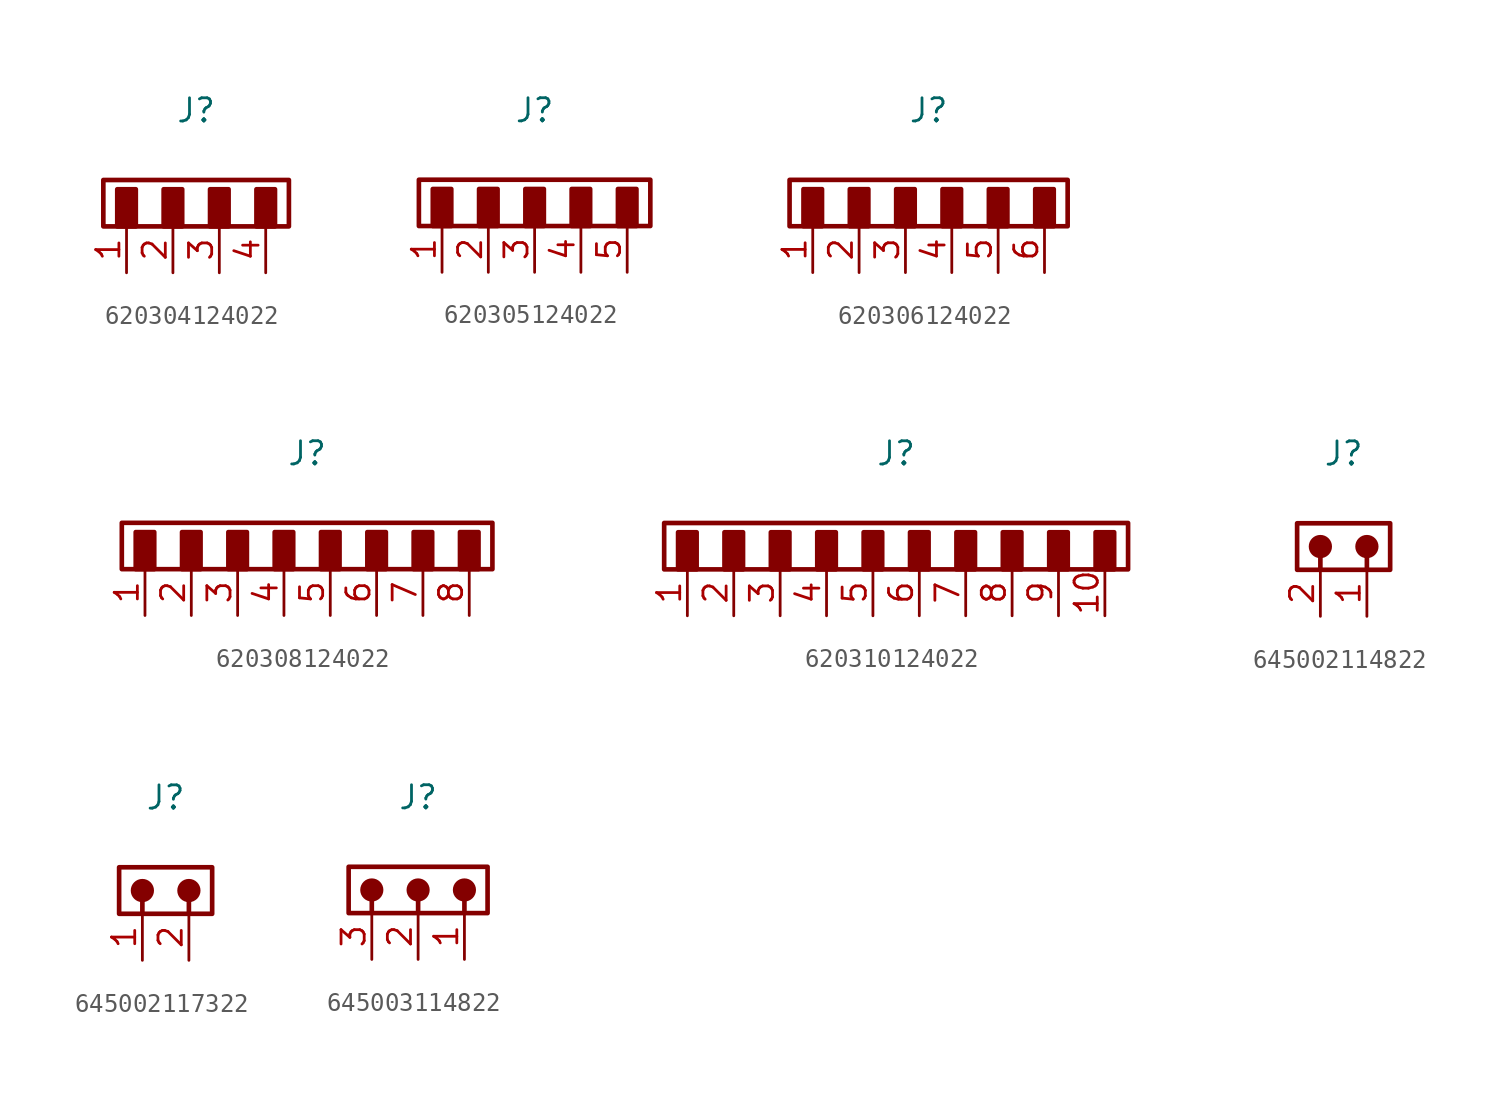
<source format=kicad_sym>
(kicad_symbol_lib
  (version 20241209)
  (generator "kicad_symbol_editor")
  (generator_version "9.0")
  (symbol "620304124022"
    (pin_names
      (hide yes))
    (property "Reference" "J"
      (at 0 5.08 0)
      (effects (font (size 1.27 1.27))))
    (symbol "620304124022_1_1"
      (rectangle (start -5.08 1.27) (end 5.08 -1.27) (stroke (width 0.254) (type solid)) (fill (type none)))
      (rectangle (start -3.302 0.762) (end -4.318 -1.27) (stroke (width 0.254) (type solid)) (fill (type outline)))
      (rectangle (start -0.762 0.762) (end -1.778 -1.27) (stroke (width 0.254) (type solid)) (fill (type outline)))
      (rectangle (start 1.778 0.762) (end 0.762 -1.27) (stroke (width 0.254) (type solid)) (fill (type outline)))
      (rectangle (start 4.318 0.762) (end 3.302 -1.27) (stroke (width 0.254) (type solid)) (fill (type outline)))
      (pin passive line (at -3.81 -3.81 90) (length 2.54) (name "1" (effects (font (size 1.27 1.27)))) (number "1" (effects (font (size 1.27 1.27)))))
      (pin passive line (at -1.27 -3.81 90) (length 2.54) (name "2" (effects (font (size 1.27 1.27)))) (number "2" (effects (font (size 1.27 1.27)))))
      (pin passive line (at 1.27 -3.81 90) (length 2.54) (name "3" (effects (font (size 1.27 1.27)))) (number "3" (effects (font (size 1.27 1.27)))))
      (pin passive line (at 3.81 -3.81 90) (length 2.54) (name "4" (effects (font (size 1.27 1.27)))) (number "4" (effects (font (size 1.27 1.27)))))))
  (symbol "620305124022"
    (pin_names
      (hide yes))
    (property "Reference" "J"
      (at 0 5.08 0)
      (effects (font (size 1.27 1.27))))
    (symbol "620305124022_1_1"
      (rectangle (start -6.35 1.27) (end 6.35 -1.27) (stroke (width 0.254) (type solid)) (fill (type none)))
      (rectangle (start -4.572 0.762) (end -5.588 -1.27) (stroke (width 0.254) (type solid)) (fill (type outline)))
      (rectangle (start -2.032 0.762) (end -3.048 -1.27) (stroke (width 0.254) (type solid)) (fill (type outline)))
      (rectangle (start 0.508 0.762) (end -0.508 -1.27) (stroke (width 0.254) (type solid)) (fill (type outline)))
      (rectangle (start 3.048 0.762) (end 2.032 -1.27) (stroke (width 0.254) (type solid)) (fill (type outline)))
      (rectangle (start 5.588 0.762) (end 4.572 -1.27) (stroke (width 0.254) (type solid)) (fill (type outline)))
      (pin passive line (at -5.08 -3.81 90) (length 2.54) (name "1" (effects (font (size 1.27 1.27)))) (number "1" (effects (font (size 1.27 1.27)))))
      (pin passive line (at -2.54 -3.81 90) (length 2.54) (name "2" (effects (font (size 1.27 1.27)))) (number "2" (effects (font (size 1.27 1.27)))))
      (pin passive line (at 0 -3.81 90) (length 2.54) (name "3" (effects (font (size 1.27 1.27)))) (number "3" (effects (font (size 1.27 1.27)))))
      (pin passive line (at 2.54 -3.81 90) (length 2.54) (name "4" (effects (font (size 1.27 1.27)))) (number "4" (effects (font (size 1.27 1.27)))))
      (pin passive line (at 5.08 -3.81 90) (length 2.54) (name "5" (effects (font (size 1.27 1.27)))) (number "5" (effects (font (size 1.27 1.27)))))))
  (symbol "620306124022"
    (pin_names
      (hide yes))
    (property "Reference" "J"
      (at 0 5.08 0)
      (effects (font (size 1.27 1.27))))
    (symbol "620306124022_1_1"
      (rectangle (start -7.62 1.27) (end 7.62 -1.27) (stroke (width 0.254) (type solid)) (fill (type none)))
      (rectangle (start -5.842 0.762) (end -6.858 -1.27) (stroke (width 0.254) (type solid)) (fill (type outline)))
      (rectangle (start -3.302 0.762) (end -4.318 -1.27) (stroke (width 0.254) (type solid)) (fill (type outline)))
      (rectangle (start -0.762 0.762) (end -1.778 -1.27) (stroke (width 0.254) (type solid)) (fill (type outline)))
      (rectangle (start 1.778 0.762) (end 0.762 -1.27) (stroke (width 0.254) (type solid)) (fill (type outline)))
      (rectangle (start 4.318 0.762) (end 3.302 -1.27) (stroke (width 0.254) (type solid)) (fill (type outline)))
      (rectangle (start 6.858 0.762) (end 5.842 -1.27) (stroke (width 0.254) (type solid)) (fill (type outline)))
      (pin passive line (at -6.35 -3.81 90) (length 2.54) (name "1" (effects (font (size 1.27 1.27)))) (number "1" (effects (font (size 1.27 1.27)))))
      (pin passive line (at -3.81 -3.81 90) (length 2.54) (name "2" (effects (font (size 1.27 1.27)))) (number "2" (effects (font (size 1.27 1.27)))))
      (pin passive line (at -1.27 -3.81 90) (length 2.54) (name "3" (effects (font (size 1.27 1.27)))) (number "3" (effects (font (size 1.27 1.27)))))
      (pin passive line (at 1.27 -3.81 90) (length 2.54) (name "4" (effects (font (size 1.27 1.27)))) (number "4" (effects (font (size 1.27 1.27)))))
      (pin passive line (at 3.81 -3.81 90) (length 2.54) (name "5" (effects (font (size 1.27 1.27)))) (number "5" (effects (font (size 1.27 1.27)))))
      (pin passive line (at 6.35 -3.81 90) (length 2.54) (name "6" (effects (font (size 1.27 1.27)))) (number "6" (effects (font (size 1.27 1.27)))))))
  (symbol "620308124022"
    (pin_names
      (hide yes))
    (property "Reference" "J"
      (at 0 5.08 0)
      (effects (font (size 1.27 1.27))))
    (symbol "620308124022_1_1"
      (rectangle (start -10.16 1.27) (end 10.16 -1.27) (stroke (width 0.254) (type solid)) (fill (type none)))
      (rectangle (start -8.382 0.762) (end -9.398 -1.27) (stroke (width 0.254) (type solid)) (fill (type outline)))
      (rectangle (start -5.842 0.762) (end -6.858 -1.27) (stroke (width 0.254) (type solid)) (fill (type outline)))
      (rectangle (start -3.302 0.762) (end -4.318 -1.27) (stroke (width 0.254) (type solid)) (fill (type outline)))
      (rectangle (start -0.762 0.762) (end -1.778 -1.27) (stroke (width 0.254) (type solid)) (fill (type outline)))
      (rectangle (start 1.778 0.762) (end 0.762 -1.27) (stroke (width 0.254) (type solid)) (fill (type outline)))
      (rectangle (start 4.318 0.762) (end 3.302 -1.27) (stroke (width 0.254) (type solid)) (fill (type outline)))
      (rectangle (start 6.858 0.762) (end 5.842 -1.27) (stroke (width 0.254) (type solid)) (fill (type outline)))
      (rectangle (start 9.398 0.762) (end 8.382 -1.27) (stroke (width 0.254) (type solid)) (fill (type outline)))
      (pin passive line (at -8.89 -3.81 90) (length 2.54) (name "1" (effects (font (size 1.27 1.27)))) (number "1" (effects (font (size 1.27 1.27)))))
      (pin passive line (at -6.35 -3.81 90) (length 2.54) (name "2" (effects (font (size 1.27 1.27)))) (number "2" (effects (font (size 1.27 1.27)))))
      (pin passive line (at -3.81 -3.81 90) (length 2.54) (name "3" (effects (font (size 1.27 1.27)))) (number "3" (effects (font (size 1.27 1.27)))))
      (pin passive line (at -1.27 -3.81 90) (length 2.54) (name "4" (effects (font (size 1.27 1.27)))) (number "4" (effects (font (size 1.27 1.27)))))
      (pin passive line (at 1.27 -3.81 90) (length 2.54) (name "5" (effects (font (size 1.27 1.27)))) (number "5" (effects (font (size 1.27 1.27)))))
      (pin passive line (at 3.81 -3.81 90) (length 2.54) (name "6" (effects (font (size 1.27 1.27)))) (number "6" (effects (font (size 1.27 1.27)))))
      (pin passive line (at 6.35 -3.81 90) (length 2.54) (name "7" (effects (font (size 1.27 1.27)))) (number "7" (effects (font (size 1.27 1.27)))))
      (pin passive line (at 8.89 -3.81 90) (length 2.54) (name "8" (effects (font (size 1.27 1.27)))) (number "8" (effects (font (size 1.27 1.27)))))))
  (symbol "620310124022"
    (pin_names
      (hide yes))
    (property "Reference" "J"
      (at 0 5.08 0)
      (effects (font (size 1.27 1.27))))
    (symbol "620310124022_1_1"
      (rectangle (start -12.7 1.27) (end 12.7 -1.27) (stroke (width 0.254) (type solid)) (fill (type none)))
      (rectangle (start -10.922 0.762) (end -11.938 -1.27) (stroke (width 0.254) (type solid)) (fill (type outline)))
      (rectangle (start -8.382 0.762) (end -9.398 -1.27) (stroke (width 0.254) (type solid)) (fill (type outline)))
      (rectangle (start -5.842 0.762) (end -6.858 -1.27) (stroke (width 0.254) (type solid)) (fill (type outline)))
      (rectangle (start -3.302 0.762) (end -4.318 -1.27) (stroke (width 0.254) (type solid)) (fill (type outline)))
      (rectangle (start -0.762 0.762) (end -1.778 -1.27) (stroke (width 0.254) (type solid)) (fill (type outline)))
      (rectangle (start 1.778 0.762) (end 0.762 -1.27) (stroke (width 0.254) (type solid)) (fill (type outline)))
      (rectangle (start 4.318 0.762) (end 3.302 -1.27) (stroke (width 0.254) (type solid)) (fill (type outline)))
      (rectangle (start 6.858 0.762) (end 5.842 -1.27) (stroke (width 0.254) (type solid)) (fill (type outline)))
      (rectangle (start 9.398 0.762) (end 8.382 -1.27) (stroke (width 0.254) (type solid)) (fill (type outline)))
      (rectangle (start 11.938 0.762) (end 10.922 -1.27) (stroke (width 0.254) (type solid)) (fill (type outline)))
      (pin passive line (at -11.43 -3.81 90) (length 2.54) (name "1" (effects (font (size 1.27 1.27)))) (number "1" (effects (font (size 1.27 1.27)))))
      (pin passive line (at -8.89 -3.81 90) (length 2.54) (name "2" (effects (font (size 1.27 1.27)))) (number "2" (effects (font (size 1.27 1.27)))))
      (pin passive line (at -6.35 -3.81 90) (length 2.54) (name "3" (effects (font (size 1.27 1.27)))) (number "3" (effects (font (size 1.27 1.27)))))
      (pin passive line (at -3.81 -3.81 90) (length 2.54) (name "4" (effects (font (size 1.27 1.27)))) (number "4" (effects (font (size 1.27 1.27)))))
      (pin passive line (at -1.27 -3.81 90) (length 2.54) (name "5" (effects (font (size 1.27 1.27)))) (number "5" (effects (font (size 1.27 1.27)))))
      (pin passive line (at 1.27 -3.81 90) (length 2.54) (name "6" (effects (font (size 1.27 1.27)))) (number "6" (effects (font (size 1.27 1.27)))))
      (pin passive line (at 3.81 -3.81 90) (length 2.54) (name "7" (effects (font (size 1.27 1.27)))) (number "7" (effects (font (size 1.27 1.27)))))
      (pin passive line (at 6.35 -3.81 90) (length 2.54) (name "8" (effects (font (size 1.27 1.27)))) (number "8" (effects (font (size 1.27 1.27)))))
      (pin passive line (at 8.89 -3.81 90) (length 2.54) (name "9" (effects (font (size 1.27 1.27)))) (number "9" (effects (font (size 1.27 1.27)))))
      (pin passive line (at 11.43 -3.81 90) (length 2.54) (name "10" (effects (font (size 1.27 1.27)))) (number "10" (effects (font (size 1.27 1.27)))))))
  (symbol "645002114822"
    (pin_names
      (hide yes))
    (property "Reference" "J"
      (at 0 5.08 0)
      (effects (font (size 1.27 1.27))))
    (symbol "645002114822_1_1"
      (circle (center -1.27 0) (radius 0.508) (stroke (width 0.254) (type solid)) (fill (type outline)))
      (polyline (pts (xy -1.27 -0.508) (xy -1.27 -1.27)) (stroke (width 0.254) (type solid)) (fill (type none)))
      (circle (center 1.27 0) (radius 0.508) (stroke (width 0.254) (type solid)) (fill (type outline)))
      (polyline (pts (xy 1.27 -0.508) (xy 1.27 -1.27)) (stroke (width 0.254) (type solid)) (fill (type none)))
      (rectangle (start 2.54 1.27) (end -2.54 -1.27) (stroke (width 0.254) (type solid)) (fill (type none)))
      (pin passive line (at -1.27 -3.81 90) (length 2.54) (name "2" (effects (font (size 1.27 1.27)))) (number "2" (effects (font (size 1.27 1.27)))))
      (pin passive line (at 1.27 -3.81 90) (length 2.54) (name "1" (effects (font (size 1.27 1.27)))) (number "1" (effects (font (size 1.27 1.27)))))))
  (symbol "645002117322"
    (pin_names
      (hide yes))
    (property "Reference" "J"
      (at 0 5.08 0)
      (effects (font (size 1.27 1.27))))
    (symbol "645002117322_1_1"
      (rectangle (start -2.54 1.27) (end 2.54 -1.27) (stroke (width 0.254) (type solid)) (fill (type none)))
      (circle (center -1.27 0) (radius 0.508) (stroke (width 0.254) (type solid)) (fill (type outline)))
      (polyline (pts (xy -1.27 -0.508) (xy -1.27 -1.27)) (stroke (width 0.254) (type solid)) (fill (type none)))
      (circle (center 1.27 0) (radius 0.508) (stroke (width 0.254) (type solid)) (fill (type outline)))
      (polyline (pts (xy 1.27 -0.508) (xy 1.27 -1.27)) (stroke (width 0.254) (type solid)) (fill (type none)))
      (pin passive line (at -1.27 -3.81 90) (length 2.54) (name "1" (effects (font (size 1.27 1.27)))) (number "1" (effects (font (size 1.27 1.27)))))
      (pin passive line (at 1.27 -3.81 90) (length 2.54) (name "2" (effects (font (size 1.27 1.27)))) (number "2" (effects (font (size 1.27 1.27)))))))
  (symbol "645003114822"
    (pin_names
      (hide yes))
    (property "Reference" "J"
      (at 0 5.08 0)
      (effects (font (size 1.27 1.27))))
    (symbol "645003114822_1_1"
      (rectangle (start -3.81 1.27) (end 3.81 -1.27) (stroke (width 0.254) (type solid)) (fill (type none)))
      (circle (center -2.54 0) (radius 0.508) (stroke (width 0.254) (type solid)) (fill (type outline)))
      (polyline (pts (xy -2.54 -0.508) (xy -2.54 -1.27)) (stroke (width 0.254) (type solid)) (fill (type none)))
      (circle (center 0 0) (radius 0.508) (stroke (width 0.254) (type solid)) (fill (type outline)))
      (polyline (pts (xy 0 -0.508) (xy 0 -1.27)) (stroke (width 0.254) (type solid)) (fill (type none)))
      (circle (center 2.54 0) (radius 0.508) (stroke (width 0.254) (type solid)) (fill (type outline)))
      (polyline (pts (xy 2.54 -0.508) (xy 2.54 -1.27)) (stroke (width 0.254) (type solid)) (fill (type none)))
      (pin passive line (at -2.54 -3.81 90) (length 2.54) (name "3" (effects (font (size 1.27 1.27)))) (number "3" (effects (font (size 1.27 1.27)))))
      (pin passive line (at 0 -3.81 90) (length 2.54) (name "2" (effects (font (size 1.27 1.27)))) (number "2" (effects (font (size 1.27 1.27)))))
      (pin passive line (at 2.54 -3.81 90) (length 2.54) (name "1" (effects (font (size 1.27 1.27)))) (number "1" (effects (font (size 1.27 1.27))))))))
</source>
